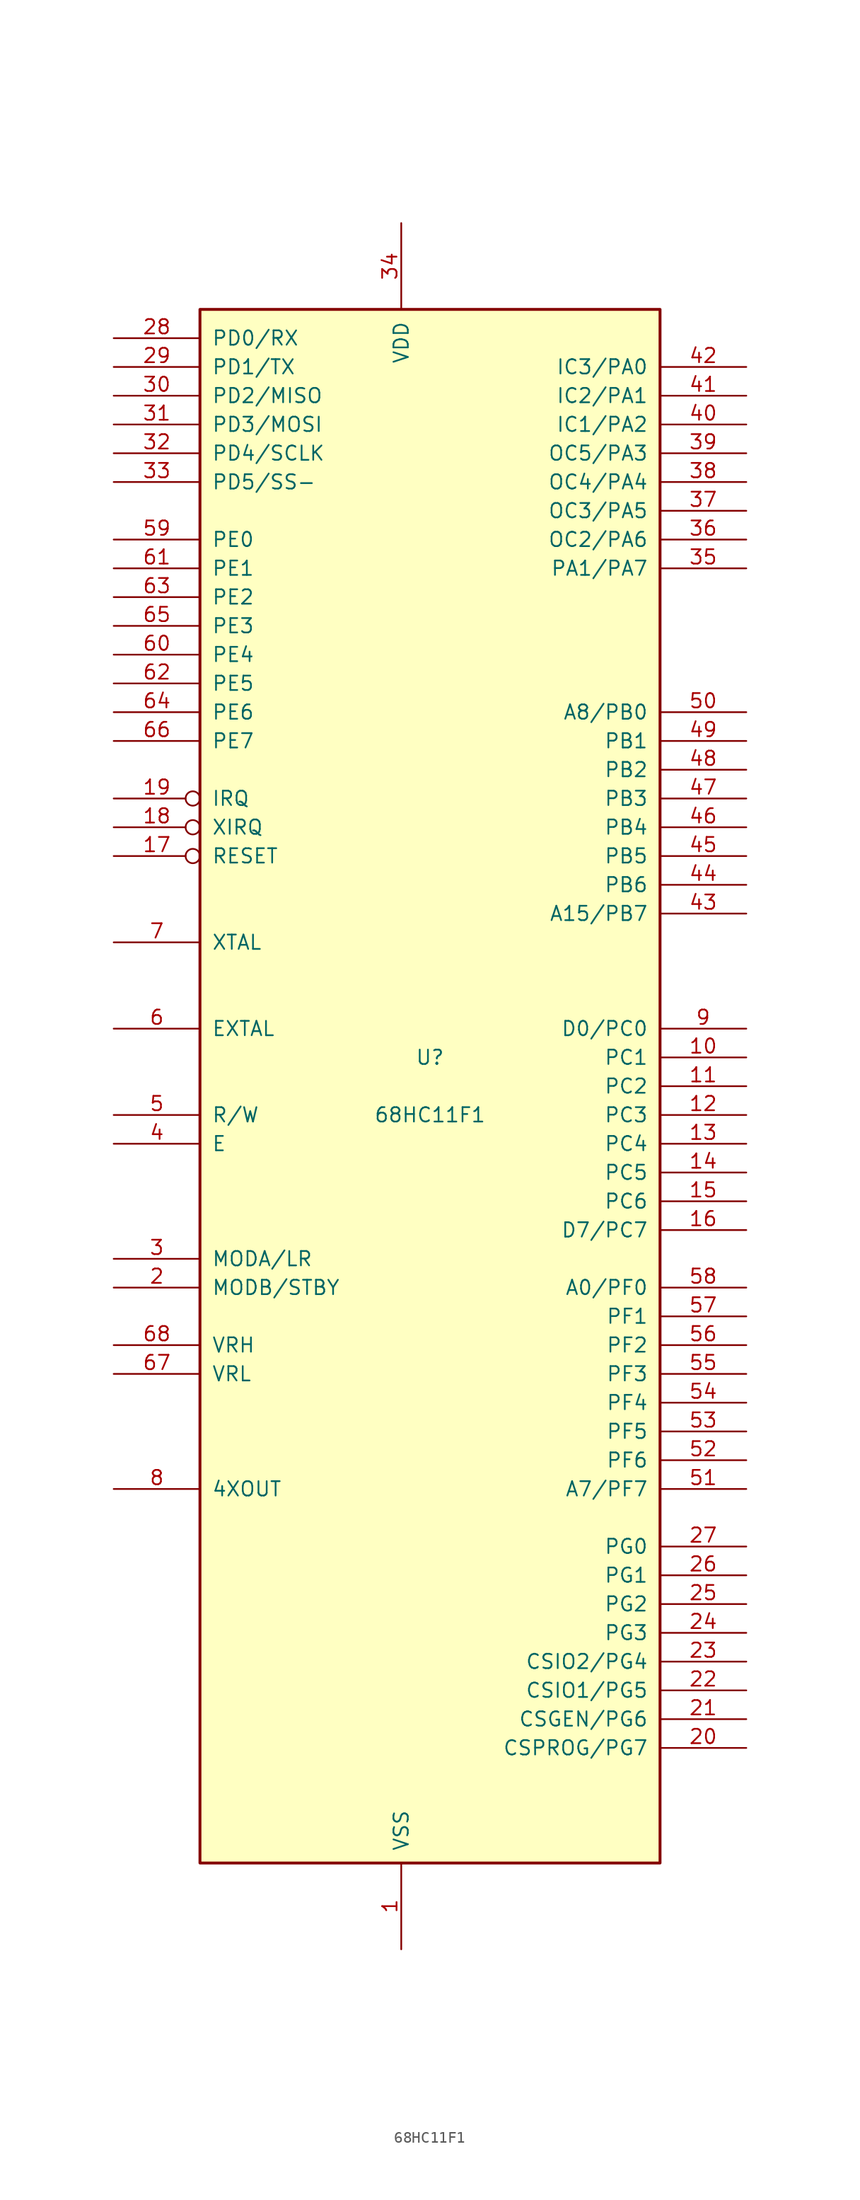
<source format=kicad_sym>
(kicad_symbol_lib
  (version 20201005)
  (generator kicad_symbol_editor)
  (symbol "68HC11F1"
    (pin_names
      (offset 1.016))
    (property "Reference" "U"
      (at 0 2.54 0)
      (effects (font (size 1.27 1.27))))
    (property "Value" "68HC11F1"
      (at 0 -2.54 0)
      (effects (font (size 1.27 1.27))))
    (symbol "68HC11F1_0_1"
      (rectangle (start -20.32 -68.58) (end 20.32 68.58) (stroke (width 0.254)) (fill (type background))))
    (symbol "68HC11F1_1_1"
      (pin power_in line (at -2.54 -76.2 90) (length 7.62) (name "VSS" (effects (font (size 1.27 1.27)))) (number "1" (effects (font (size 1.27 1.27)))))
      (pin bidirectional line (at 27.94 2.54 180) (length 7.62) (name "PC1" (effects (font (size 1.27 1.27)))) (number "10" (effects (font (size 1.27 1.27)))))
      (pin bidirectional line (at 27.94 0 180) (length 7.62) (name "PC2" (effects (font (size 1.27 1.27)))) (number "11" (effects (font (size 1.27 1.27)))))
      (pin input line (at 27.94 -2.54 180) (length 7.62) (name "PC3" (effects (font (size 1.27 1.27)))) (number "12" (effects (font (size 1.27 1.27)))))
      (pin bidirectional line (at 27.94 -5.08 180) (length 7.62) (name "PC4" (effects (font (size 1.27 1.27)))) (number "13" (effects (font (size 1.27 1.27)))))
      (pin bidirectional line (at 27.94 -7.62 180) (length 7.62) (name "PC5" (effects (font (size 1.27 1.27)))) (number "14" (effects (font (size 1.27 1.27)))))
      (pin bidirectional line (at 27.94 -10.16 180) (length 7.62) (name "PC6" (effects (font (size 1.27 1.27)))) (number "15" (effects (font (size 1.27 1.27)))))
      (pin bidirectional line (at 27.94 -12.7 180) (length 7.62) (name "D7/PC7" (effects (font (size 1.27 1.27)))) (number "16" (effects (font (size 1.27 1.27)))))
      (pin input inverted (at -27.94 20.32 0) (length 7.62) (name "RESET" (effects (font (size 1.27 1.27)))) (number "17" (effects (font (size 1.27 1.27)))))
      (pin input inverted (at -27.94 22.86 0) (length 7.62) (name "XIRQ" (effects (font (size 1.27 1.27)))) (number "18" (effects (font (size 1.27 1.27)))))
      (pin input inverted (at -27.94 25.4 0) (length 7.62) (name "IRQ" (effects (font (size 1.27 1.27)))) (number "19" (effects (font (size 1.27 1.27)))))
      (pin input line (at -27.94 -17.78 0) (length 7.62) (name "MODB/STBY" (effects (font (size 1.27 1.27)))) (number "2" (effects (font (size 1.27 1.27)))))
      (pin bidirectional line (at 27.94 -58.42 180) (length 7.62) (name "CSPROG/PG7" (effects (font (size 1.27 1.27)))) (number "20" (effects (font (size 1.27 1.27)))))
      (pin bidirectional line (at 27.94 -55.88 180) (length 7.62) (name "CSGEN/PG6" (effects (font (size 1.27 1.27)))) (number "21" (effects (font (size 1.27 1.27)))))
      (pin bidirectional line (at 27.94 -53.34 180) (length 7.62) (name "CSIO1/PG5" (effects (font (size 1.27 1.27)))) (number "22" (effects (font (size 1.27 1.27)))))
      (pin bidirectional line (at 27.94 -50.8 180) (length 7.62) (name "CSIO2/PG4" (effects (font (size 1.27 1.27)))) (number "23" (effects (font (size 1.27 1.27)))))
      (pin input line (at 27.94 -48.26 180) (length 7.62) (name "PG3" (effects (font (size 1.27 1.27)))) (number "24" (effects (font (size 1.27 1.27)))))
      (pin bidirectional line (at 27.94 -45.72 180) (length 7.62) (name "PG2" (effects (font (size 1.27 1.27)))) (number "25" (effects (font (size 1.27 1.27)))))
      (pin bidirectional line (at 27.94 -43.18 180) (length 7.62) (name "PG1" (effects (font (size 1.27 1.27)))) (number "26" (effects (font (size 1.27 1.27)))))
      (pin bidirectional line (at 27.94 -40.64 180) (length 7.62) (name "PG0" (effects (font (size 1.27 1.27)))) (number "27" (effects (font (size 1.27 1.27)))))
      (pin bidirectional line (at -27.94 66.04 0) (length 7.62) (name "PD0/RX" (effects (font (size 1.27 1.27)))) (number "28" (effects (font (size 1.27 1.27)))))
      (pin bidirectional line (at -27.94 63.5 0) (length 7.62) (name "PD1/TX" (effects (font (size 1.27 1.27)))) (number "29" (effects (font (size 1.27 1.27)))))
      (pin input line (at -27.94 -15.24 0) (length 7.62) (name "MODA/LR" (effects (font (size 1.27 1.27)))) (number "3" (effects (font (size 1.27 1.27)))))
      (pin bidirectional line (at -27.94 60.96 0) (length 7.62) (name "PD2/MISO" (effects (font (size 1.27 1.27)))) (number "30" (effects (font (size 1.27 1.27)))))
      (pin bidirectional line (at -27.94 58.42 0) (length 7.62) (name "PD3/MOSI" (effects (font (size 1.27 1.27)))) (number "31" (effects (font (size 1.27 1.27)))))
      (pin bidirectional line (at -27.94 55.88 0) (length 7.62) (name "PD4/SCLK" (effects (font (size 1.27 1.27)))) (number "32" (effects (font (size 1.27 1.27)))))
      (pin bidirectional line (at -27.94 53.34 0) (length 7.62) (name "PD5/SS-" (effects (font (size 1.27 1.27)))) (number "33" (effects (font (size 1.27 1.27)))))
      (pin power_in line (at -2.54 76.2 270) (length 7.62) (name "VDD" (effects (font (size 1.27 1.27)))) (number "34" (effects (font (size 1.27 1.27)))))
      (pin bidirectional line (at 27.94 45.72 180) (length 7.62) (name "PA1/PA7" (effects (font (size 1.27 1.27)))) (number "35" (effects (font (size 1.27 1.27)))))
      (pin bidirectional line (at 27.94 48.26 180) (length 7.62) (name "OC2/PA6" (effects (font (size 1.27 1.27)))) (number "36" (effects (font (size 1.27 1.27)))))
      (pin bidirectional line (at 27.94 50.8 180) (length 7.62) (name "OC3/PA5" (effects (font (size 1.27 1.27)))) (number "37" (effects (font (size 1.27 1.27)))))
      (pin output line (at 27.94 53.34 180) (length 7.62) (name "OC4/PA4" (effects (font (size 1.27 1.27)))) (number "38" (effects (font (size 1.27 1.27)))))
      (pin bidirectional line (at 27.94 55.88 180) (length 7.62) (name "OC5/PA3" (effects (font (size 1.27 1.27)))) (number "39" (effects (font (size 1.27 1.27)))))
      (pin output line (at -27.94 -5.08 0) (length 7.62) (name "E" (effects (font (size 1.27 1.27)))) (number "4" (effects (font (size 1.27 1.27)))))
      (pin bidirectional line (at 27.94 58.42 180) (length 7.62) (name "IC1/PA2" (effects (font (size 1.27 1.27)))) (number "40" (effects (font (size 1.27 1.27)))))
      (pin bidirectional line (at 27.94 60.96 180) (length 7.62) (name "IC2/PA1" (effects (font (size 1.27 1.27)))) (number "41" (effects (font (size 1.27 1.27)))))
      (pin bidirectional line (at 27.94 63.5 180) (length 7.62) (name "IC3/PA0" (effects (font (size 1.27 1.27)))) (number "42" (effects (font (size 1.27 1.27)))))
      (pin output line (at 27.94 15.24 180) (length 7.62) (name "A15/PB7" (effects (font (size 1.27 1.27)))) (number "43" (effects (font (size 1.27 1.27)))))
      (pin output line (at 27.94 17.78 180) (length 7.62) (name "PB6" (effects (font (size 1.27 1.27)))) (number "44" (effects (font (size 1.27 1.27)))))
      (pin output line (at 27.94 20.32 180) (length 7.62) (name "PB5" (effects (font (size 1.27 1.27)))) (number "45" (effects (font (size 1.27 1.27)))))
      (pin output line (at 27.94 22.86 180) (length 7.62) (name "PB4" (effects (font (size 1.27 1.27)))) (number "46" (effects (font (size 1.27 1.27)))))
      (pin output line (at 27.94 25.4 180) (length 7.62) (name "PB3" (effects (font (size 1.27 1.27)))) (number "47" (effects (font (size 1.27 1.27)))))
      (pin output line (at 27.94 27.94 180) (length 7.62) (name "PB2" (effects (font (size 1.27 1.27)))) (number "48" (effects (font (size 1.27 1.27)))))
      (pin tri_state line (at 27.94 30.48 180) (length 7.62) (name "PB1" (effects (font (size 1.27 1.27)))) (number "49" (effects (font (size 1.27 1.27)))))
      (pin output line (at -27.94 -2.54 0) (length 7.62) (name "R/W" (effects (font (size 1.27 1.27)))) (number "5" (effects (font (size 1.27 1.27)))))
      (pin tri_state line (at 27.94 33.02 180) (length 7.62) (name "A8/PB0" (effects (font (size 1.27 1.27)))) (number "50" (effects (font (size 1.27 1.27)))))
      (pin bidirectional line (at 27.94 -35.56 180) (length 7.62) (name "A7/PF7" (effects (font (size 1.27 1.27)))) (number "51" (effects (font (size 1.27 1.27)))))
      (pin bidirectional line (at 27.94 -33.02 180) (length 7.62) (name "PF6" (effects (font (size 1.27 1.27)))) (number "52" (effects (font (size 1.27 1.27)))))
      (pin bidirectional line (at 27.94 -30.48 180) (length 7.62) (name "PF5" (effects (font (size 1.27 1.27)))) (number "53" (effects (font (size 1.27 1.27)))))
      (pin bidirectional line (at 27.94 -27.94 180) (length 7.62) (name "PF4" (effects (font (size 1.27 1.27)))) (number "54" (effects (font (size 1.27 1.27)))))
      (pin bidirectional line (at 27.94 -25.4 180) (length 7.62) (name "PF3" (effects (font (size 1.27 1.27)))) (number "55" (effects (font (size 1.27 1.27)))))
      (pin bidirectional line (at 27.94 -22.86 180) (length 7.62) (name "PF2" (effects (font (size 1.27 1.27)))) (number "56" (effects (font (size 1.27 1.27)))))
      (pin bidirectional line (at 27.94 -20.32 180) (length 7.62) (name "PF1" (effects (font (size 1.27 1.27)))) (number "57" (effects (font (size 1.27 1.27)))))
      (pin bidirectional line (at 27.94 -17.78 180) (length 7.62) (name "A0/PF0" (effects (font (size 1.27 1.27)))) (number "58" (effects (font (size 1.27 1.27)))))
      (pin input line (at -27.94 48.26 0) (length 7.62) (name "PE0" (effects (font (size 1.27 1.27)))) (number "59" (effects (font (size 1.27 1.27)))))
      (pin input line (at -27.94 5.08 0) (length 7.62) (name "EXTAL" (effects (font (size 1.27 1.27)))) (number "6" (effects (font (size 1.27 1.27)))))
      (pin input line (at -27.94 38.1 0) (length 7.62) (name "PE4" (effects (font (size 1.27 1.27)))) (number "60" (effects (font (size 1.27 1.27)))))
      (pin input line (at -27.94 45.72 0) (length 7.62) (name "PE1" (effects (font (size 1.27 1.27)))) (number "61" (effects (font (size 1.27 1.27)))))
      (pin input line (at -27.94 35.56 0) (length 7.62) (name "PE5" (effects (font (size 1.27 1.27)))) (number "62" (effects (font (size 1.27 1.27)))))
      (pin input line (at -27.94 43.18 0) (length 7.62) (name "PE2" (effects (font (size 1.27 1.27)))) (number "63" (effects (font (size 1.27 1.27)))))
      (pin input line (at -27.94 33.02 0) (length 7.62) (name "PE6" (effects (font (size 1.27 1.27)))) (number "64" (effects (font (size 1.27 1.27)))))
      (pin input line (at -27.94 40.64 0) (length 7.62) (name "PE3" (effects (font (size 1.27 1.27)))) (number "65" (effects (font (size 1.27 1.27)))))
      (pin input line (at -27.94 30.48 0) (length 7.62) (name "PE7" (effects (font (size 1.27 1.27)))) (number "66" (effects (font (size 1.27 1.27)))))
      (pin passive line (at -27.94 -25.4 0) (length 7.62) (name "VRL" (effects (font (size 1.27 1.27)))) (number "67" (effects (font (size 1.27 1.27)))))
      (pin passive line (at -27.94 -22.86 0) (length 7.62) (name "VRH" (effects (font (size 1.27 1.27)))) (number "68" (effects (font (size 1.27 1.27)))))
      (pin output line (at -27.94 12.7 0) (length 7.62) (name "XTAL" (effects (font (size 1.27 1.27)))) (number "7" (effects (font (size 1.27 1.27)))))
      (pin output line (at -27.94 -35.56 0) (length 7.62) (name "4XOUT" (effects (font (size 1.27 1.27)))) (number "8" (effects (font (size 1.27 1.27)))))
      (pin bidirectional line (at 27.94 5.08 180) (length 7.62) (name "D0/PC0" (effects (font (size 1.27 1.27)))) (number "9" (effects (font (size 1.27 1.27))))))))
</source>
